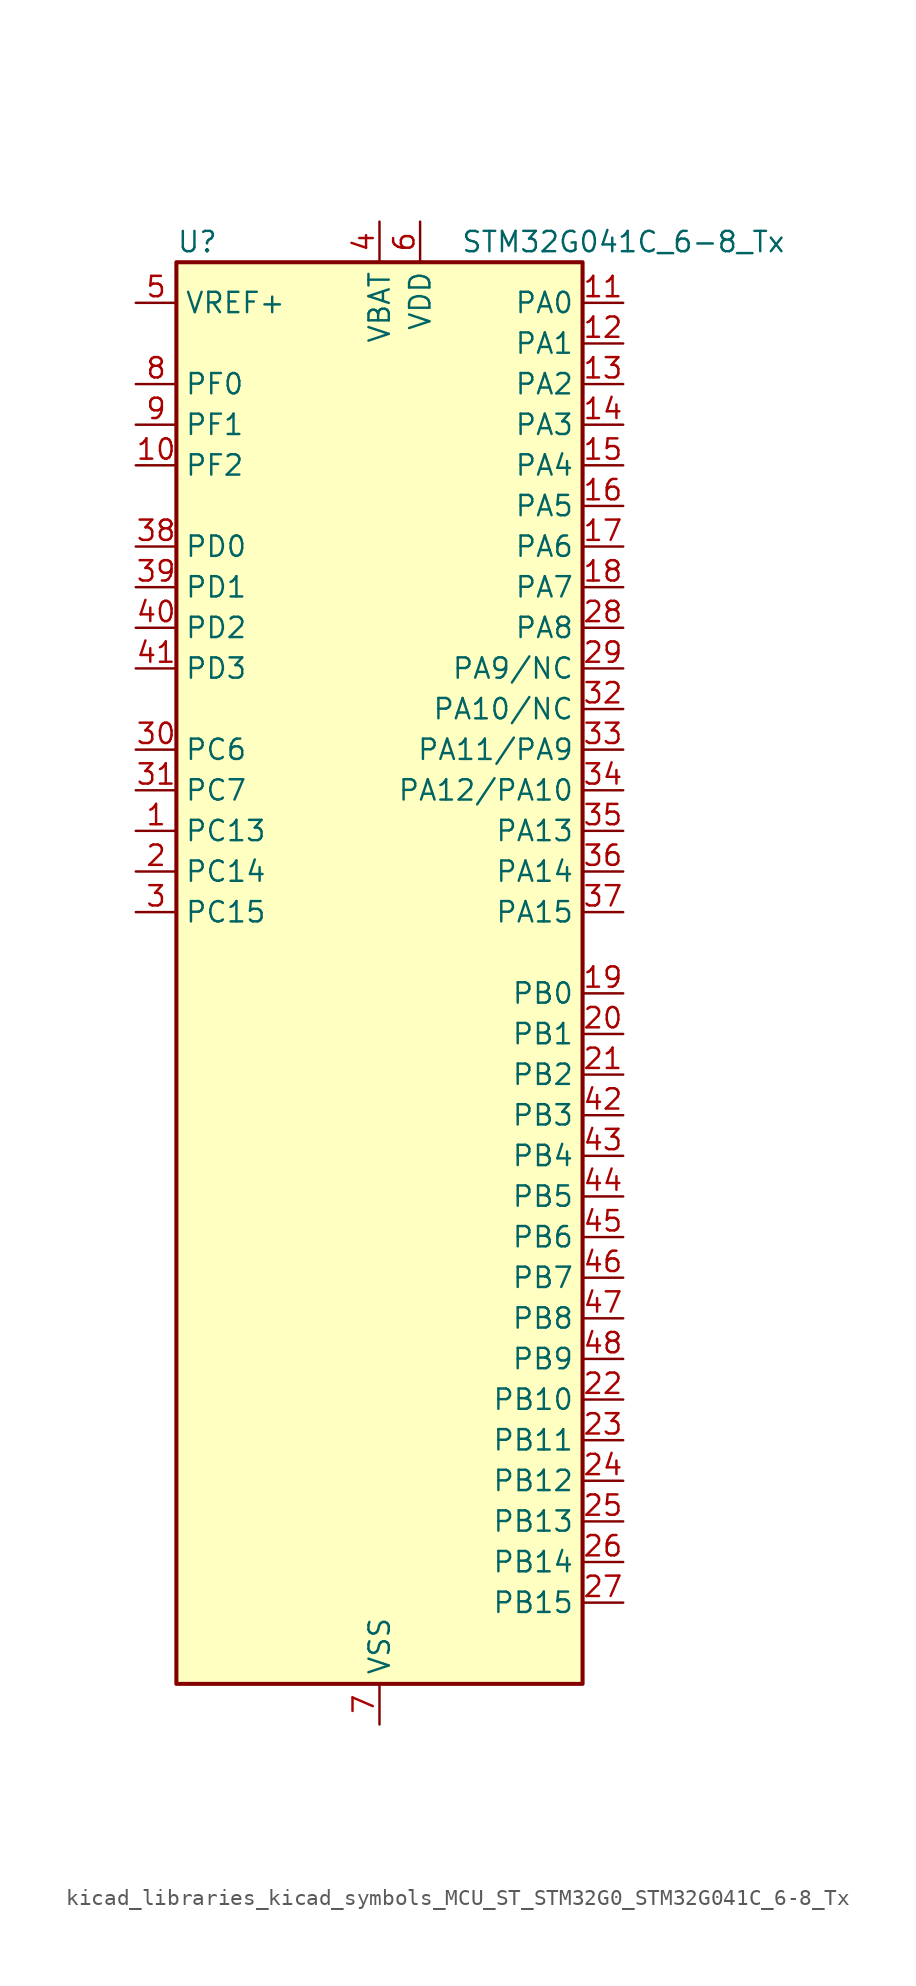
<source format=kicad_sym>
(kicad_symbol_lib
  (version 20220914)
  (generator kicad_symbol_editor)
  (symbol "kicad_libraries_kicad_symbols_MCU_ST_STM32G0_STM32G041C_6-8_Tx"
    (property "Reference" "U"
      (at -12.7 46.99 0)
      (effects (font (size 1.27 1.27)) (justify left)))
    (property "Value" "STM32G041C_6-8_Tx"
      (at 5.08 46.99 0)
      (effects (font (size 1.27 1.27)) (justify left)))
    (property "ki_locked" ""
      (at 0 0 0)
      (effects (font (size 1.27 1.27))))
    (symbol "kicad_libraries_kicad_symbols_MCU_ST_STM32G0_STM32G041C_6-8_Tx_0_1"
      (rectangle (start -12.7 -43.18) (end 12.7 45.72) (stroke (width 0.254) (type default)) (fill (type background))))
    (symbol "kicad_libraries_kicad_symbols_MCU_ST_STM32G0_STM32G041C_6-8_Tx_1_1"
      (pin bidirectional line (at -15.24 10.16 0) (length 2.54) (name "PC13" (effects (font (size 1.27 1.27)))) (number "1" (effects (font (size 1.27 1.27)))) (alternate "RTC_OUT_ALARM" bidirectional line) (alternate "RTC_OUT_CALIB" bidirectional line) (alternate "RTC_TAMP_IN1" bidirectional line) (alternate "RTC_TS" bidirectional line) (alternate "SYS_WKUP2" bidirectional line) (alternate "TIM1_BK" bidirectional line))
      (pin bidirectional line (at -15.24 33.02 0) (length 2.54) (name "PF2" (effects (font (size 1.27 1.27)))) (number "10" (effects (font (size 1.27 1.27)))) (alternate "RCC_MCO" bidirectional line))
      (pin bidirectional line (at 15.24 43.18 180) (length 2.54) (name "PA0" (effects (font (size 1.27 1.27)))) (number "11" (effects (font (size 1.27 1.27)))) (alternate "ADC1_IN0" bidirectional line) (alternate "LPTIM1_OUT" bidirectional line) (alternate "RTC_TAMP_IN2" bidirectional line) (alternate "SPI2_SCK" bidirectional line) (alternate "SYS_WKUP1" bidirectional line) (alternate "TIM2_CH1" bidirectional line) (alternate "TIM2_ETR" bidirectional line) (alternate "USART2_CTS" bidirectional line) (alternate "USART2_NSS" bidirectional line))
      (pin bidirectional line (at 15.24 40.64 180) (length 2.54) (name "PA1" (effects (font (size 1.27 1.27)))) (number "12" (effects (font (size 1.27 1.27)))) (alternate "ADC1_IN1" bidirectional line) (alternate "I2C1_SMBA" bidirectional line) (alternate "I2S1_CK" bidirectional line) (alternate "SPI1_SCK" bidirectional line) (alternate "TIM2_CH2" bidirectional line) (alternate "USART2_CK" bidirectional line) (alternate "USART2_DE" bidirectional line) (alternate "USART2_RTS" bidirectional line))
      (pin bidirectional line (at 15.24 38.1 180) (length 2.54) (name "PA2" (effects (font (size 1.27 1.27)))) (number "13" (effects (font (size 1.27 1.27)))) (alternate "ADC1_IN2" bidirectional line) (alternate "I2S1_SD" bidirectional line) (alternate "LPUART1_TX" bidirectional line) (alternate "RCC_LSCO" bidirectional line) (alternate "SPI1_MOSI" bidirectional line) (alternate "SYS_WKUP4" bidirectional line) (alternate "TIM2_CH3" bidirectional line) (alternate "USART2_TX" bidirectional line))
      (pin bidirectional line (at 15.24 35.56 180) (length 2.54) (name "PA3" (effects (font (size 1.27 1.27)))) (number "14" (effects (font (size 1.27 1.27)))) (alternate "ADC1_IN3" bidirectional line) (alternate "LPUART1_RX" bidirectional line) (alternate "SPI2_MISO" bidirectional line) (alternate "TIM2_CH4" bidirectional line) (alternate "USART2_RX" bidirectional line))
      (pin bidirectional line (at 15.24 33.02 180) (length 2.54) (name "PA4" (effects (font (size 1.27 1.27)))) (number "15" (effects (font (size 1.27 1.27)))) (alternate "ADC1_IN4" bidirectional line) (alternate "I2S1_WS" bidirectional line) (alternate "LPTIM2_OUT" bidirectional line) (alternate "RTC_OUT_ALARM" bidirectional line) (alternate "RTC_OUT_CALIB" bidirectional line) (alternate "SPI1_NSS" bidirectional line) (alternate "SPI2_MOSI" bidirectional line) (alternate "TIM14_CH1" bidirectional line))
      (pin bidirectional line (at 15.24 30.48 180) (length 2.54) (name "PA5" (effects (font (size 1.27 1.27)))) (number "16" (effects (font (size 1.27 1.27)))) (alternate "ADC1_IN5" bidirectional line) (alternate "I2S1_CK" bidirectional line) (alternate "LPTIM2_ETR" bidirectional line) (alternate "SPI1_SCK" bidirectional line) (alternate "TIM2_CH1" bidirectional line) (alternate "TIM2_ETR" bidirectional line))
      (pin bidirectional line (at 15.24 27.94 180) (length 2.54) (name "PA6" (effects (font (size 1.27 1.27)))) (number "17" (effects (font (size 1.27 1.27)))) (alternate "ADC1_IN6" bidirectional line) (alternate "I2S1_MCK" bidirectional line) (alternate "LPUART1_CTS" bidirectional line) (alternate "SPI1_MISO" bidirectional line) (alternate "TIM16_CH1" bidirectional line) (alternate "TIM1_BK" bidirectional line) (alternate "TIM3_CH1" bidirectional line))
      (pin bidirectional line (at 15.24 25.4 180) (length 2.54) (name "PA7" (effects (font (size 1.27 1.27)))) (number "18" (effects (font (size 1.27 1.27)))) (alternate "ADC1_IN7" bidirectional line) (alternate "I2S1_SD" bidirectional line) (alternate "SPI1_MOSI" bidirectional line) (alternate "TIM14_CH1" bidirectional line) (alternate "TIM17_CH1" bidirectional line) (alternate "TIM1_CH1N" bidirectional line) (alternate "TIM3_CH2" bidirectional line))
      (pin bidirectional line (at 15.24 0 180) (length 2.54) (name "PB0" (effects (font (size 1.27 1.27)))) (number "19" (effects (font (size 1.27 1.27)))) (alternate "ADC1_IN8" bidirectional line) (alternate "I2S1_WS" bidirectional line) (alternate "LPTIM1_OUT" bidirectional line) (alternate "SPI1_NSS" bidirectional line) (alternate "TIM1_CH2N" bidirectional line) (alternate "TIM3_CH3" bidirectional line))
      (pin bidirectional line (at -15.24 7.62 0) (length 2.54) (name "PC14" (effects (font (size 1.27 1.27)))) (number "2" (effects (font (size 1.27 1.27)))) (alternate "RCC_OSC32_IN" bidirectional line) (alternate "TIM1_BK2" bidirectional line))
      (pin bidirectional line (at 15.24 -2.54 180) (length 2.54) (name "PB1" (effects (font (size 1.27 1.27)))) (number "20" (effects (font (size 1.27 1.27)))) (alternate "ADC1_IN9" bidirectional line) (alternate "LPTIM2_IN1" bidirectional line) (alternate "LPUART1_DE" bidirectional line) (alternate "LPUART1_RTS" bidirectional line) (alternate "TIM14_CH1" bidirectional line) (alternate "TIM1_CH3N" bidirectional line) (alternate "TIM3_CH4" bidirectional line))
      (pin bidirectional line (at 15.24 -5.08 180) (length 2.54) (name "PB2" (effects (font (size 1.27 1.27)))) (number "21" (effects (font (size 1.27 1.27)))) (alternate "ADC1_IN10" bidirectional line) (alternate "LPTIM1_OUT" bidirectional line) (alternate "SPI2_MISO" bidirectional line))
      (pin bidirectional line (at 15.24 -25.4 180) (length 2.54) (name "PB10" (effects (font (size 1.27 1.27)))) (number "22" (effects (font (size 1.27 1.27)))) (alternate "ADC1_IN11" bidirectional line) (alternate "I2C2_SCL" bidirectional line) (alternate "LPUART1_RX" bidirectional line) (alternate "SPI2_SCK" bidirectional line) (alternate "TIM2_CH3" bidirectional line))
      (pin bidirectional line (at 15.24 -27.94 180) (length 2.54) (name "PB11" (effects (font (size 1.27 1.27)))) (number "23" (effects (font (size 1.27 1.27)))) (alternate "ADC1_EXTI11" bidirectional line) (alternate "ADC1_IN15" bidirectional line) (alternate "I2C2_SDA" bidirectional line) (alternate "LPUART1_TX" bidirectional line) (alternate "SPI2_MOSI" bidirectional line) (alternate "TIM2_CH4" bidirectional line))
      (pin bidirectional line (at 15.24 -30.48 180) (length 2.54) (name "PB12" (effects (font (size 1.27 1.27)))) (number "24" (effects (font (size 1.27 1.27)))) (alternate "ADC1_IN16" bidirectional line) (alternate "LPUART1_DE" bidirectional line) (alternate "LPUART1_RTS" bidirectional line) (alternate "SPI2_NSS" bidirectional line) (alternate "TIM1_BK" bidirectional line))
      (pin bidirectional line (at 15.24 -33.02 180) (length 2.54) (name "PB13" (effects (font (size 1.27 1.27)))) (number "25" (effects (font (size 1.27 1.27)))) (alternate "I2C2_SCL" bidirectional line) (alternate "LPUART1_CTS" bidirectional line) (alternate "SPI2_SCK" bidirectional line) (alternate "TIM1_CH1N" bidirectional line))
      (pin bidirectional line (at 15.24 -35.56 180) (length 2.54) (name "PB14" (effects (font (size 1.27 1.27)))) (number "26" (effects (font (size 1.27 1.27)))) (alternate "I2C2_SDA" bidirectional line) (alternate "SPI2_MISO" bidirectional line) (alternate "TIM1_CH2N" bidirectional line))
      (pin bidirectional line (at 15.24 -38.1 180) (length 2.54) (name "PB15" (effects (font (size 1.27 1.27)))) (number "27" (effects (font (size 1.27 1.27)))) (alternate "RTC_REFIN" bidirectional line) (alternate "SPI2_MOSI" bidirectional line) (alternate "TIM1_CH3N" bidirectional line))
      (pin bidirectional line (at 15.24 22.86 180) (length 2.54) (name "PA8" (effects (font (size 1.27 1.27)))) (number "28" (effects (font (size 1.27 1.27)))) (alternate "LPTIM2_OUT" bidirectional line) (alternate "RCC_MCO" bidirectional line) (alternate "SPI2_NSS" bidirectional line) (alternate "TIM1_CH1" bidirectional line))
      (pin bidirectional line (at 15.24 20.32 180) (length 2.54) (name "PA9/NC" (effects (font (size 1.27 1.27)))) (number "29" (effects (font (size 1.27 1.27)))) (alternate "I2C1_SCL" bidirectional line) (alternate "RCC_MCO" bidirectional line) (alternate "SPI2_MISO" bidirectional line) (alternate "TIM1_CH2" bidirectional line) (alternate "USART1_TX" bidirectional line))
      (pin bidirectional line (at -15.24 5.08 0) (length 2.54) (name "PC15" (effects (font (size 1.27 1.27)))) (number "3" (effects (font (size 1.27 1.27)))) (alternate "RCC_OSC32_EN" bidirectional line) (alternate "RCC_OSC32_OUT" bidirectional line) (alternate "RCC_OSC_EN" bidirectional line))
      (pin bidirectional line (at -15.24 15.24 0) (length 2.54) (name "PC6" (effects (font (size 1.27 1.27)))) (number "30" (effects (font (size 1.27 1.27)))) (alternate "TIM2_CH3" bidirectional line) (alternate "TIM3_CH1" bidirectional line))
      (pin bidirectional line (at -15.24 12.7 0) (length 2.54) (name "PC7" (effects (font (size 1.27 1.27)))) (number "31" (effects (font (size 1.27 1.27)))) (alternate "TIM2_CH4" bidirectional line) (alternate "TIM3_CH2" bidirectional line))
      (pin bidirectional line (at 15.24 17.78 180) (length 2.54) (name "PA10/NC" (effects (font (size 1.27 1.27)))) (number "32" (effects (font (size 1.27 1.27)))) (alternate "I2C1_SDA" bidirectional line) (alternate "SPI2_MOSI" bidirectional line) (alternate "TIM17_BK" bidirectional line) (alternate "TIM1_CH3" bidirectional line) (alternate "USART1_RX" bidirectional line))
      (pin bidirectional line (at 15.24 15.24 180) (length 2.54) (name "PA11/PA9" (effects (font (size 1.27 1.27)))) (number "33" (effects (font (size 1.27 1.27)))) (alternate "ADC1_EXTI11" bidirectional line) (alternate "I2C2_SCL" bidirectional line) (alternate "I2S1_MCK" bidirectional line) (alternate "SPI1_MISO" bidirectional line) (alternate "TIM1_BK2" bidirectional line) (alternate "TIM1_CH4" bidirectional line) (alternate "USART1_CTS" bidirectional line) (alternate "USART1_NSS" bidirectional line))
      (pin bidirectional line (at 15.24 12.7 180) (length 2.54) (name "PA12/PA10" (effects (font (size 1.27 1.27)))) (number "34" (effects (font (size 1.27 1.27)))) (alternate "I2C2_SDA" bidirectional line) (alternate "I2S1_SD" bidirectional line) (alternate "I2S_CKIN" bidirectional line) (alternate "SPI1_MOSI" bidirectional line) (alternate "TIM1_ETR" bidirectional line) (alternate "USART1_CK" bidirectional line) (alternate "USART1_DE" bidirectional line) (alternate "USART1_RTS" bidirectional line))
      (pin bidirectional line (at 15.24 10.16 180) (length 2.54) (name "PA13" (effects (font (size 1.27 1.27)))) (number "35" (effects (font (size 1.27 1.27)))) (alternate "ADC1_IN17" bidirectional line) (alternate "IR_OUT" bidirectional line) (alternate "SYS_SWDIO" bidirectional line))
      (pin bidirectional line (at 15.24 7.62 180) (length 2.54) (name "PA14" (effects (font (size 1.27 1.27)))) (number "36" (effects (font (size 1.27 1.27)))) (alternate "ADC1_IN18" bidirectional line) (alternate "SYS_SWCLK" bidirectional line) (alternate "USART2_TX" bidirectional line))
      (pin bidirectional line (at 15.24 5.08 180) (length 2.54) (name "PA15" (effects (font (size 1.27 1.27)))) (number "37" (effects (font (size 1.27 1.27)))) (alternate "I2S1_WS" bidirectional line) (alternate "SPI1_NSS" bidirectional line) (alternate "TIM2_CH1" bidirectional line) (alternate "TIM2_ETR" bidirectional line) (alternate "USART2_RX" bidirectional line))
      (pin bidirectional line (at -15.24 27.94 0) (length 2.54) (name "PD0" (effects (font (size 1.27 1.27)))) (number "38" (effects (font (size 1.27 1.27)))) (alternate "SPI2_NSS" bidirectional line) (alternate "TIM16_CH1" bidirectional line))
      (pin bidirectional line (at -15.24 25.4 0) (length 2.54) (name "PD1" (effects (font (size 1.27 1.27)))) (number "39" (effects (font (size 1.27 1.27)))) (alternate "SPI2_SCK" bidirectional line) (alternate "TIM17_CH1" bidirectional line))
      (pin power_in line (at 0 48.26 270) (length 2.54) (name "VBAT" (effects (font (size 1.27 1.27)))) (number "4" (effects (font (size 1.27 1.27)))))
      (pin bidirectional line (at -15.24 22.86 0) (length 2.54) (name "PD2" (effects (font (size 1.27 1.27)))) (number "40" (effects (font (size 1.27 1.27)))) (alternate "TIM1_CH1N" bidirectional line) (alternate "TIM3_ETR" bidirectional line))
      (pin bidirectional line (at -15.24 20.32 0) (length 2.54) (name "PD3" (effects (font (size 1.27 1.27)))) (number "41" (effects (font (size 1.27 1.27)))) (alternate "SPI2_MISO" bidirectional line) (alternate "TIM1_CH2N" bidirectional line) (alternate "USART2_CTS" bidirectional line) (alternate "USART2_NSS" bidirectional line))
      (pin bidirectional line (at 15.24 -7.62 180) (length 2.54) (name "PB3" (effects (font (size 1.27 1.27)))) (number "42" (effects (font (size 1.27 1.27)))) (alternate "I2S1_CK" bidirectional line) (alternate "SPI1_SCK" bidirectional line) (alternate "TIM1_CH2" bidirectional line) (alternate "TIM2_CH2" bidirectional line) (alternate "USART1_CK" bidirectional line) (alternate "USART1_DE" bidirectional line) (alternate "USART1_RTS" bidirectional line))
      (pin bidirectional line (at 15.24 -10.16 180) (length 2.54) (name "PB4" (effects (font (size 1.27 1.27)))) (number "43" (effects (font (size 1.27 1.27)))) (alternate "I2S1_MCK" bidirectional line) (alternate "SPI1_MISO" bidirectional line) (alternate "TIM17_BK" bidirectional line) (alternate "TIM3_CH1" bidirectional line) (alternate "USART1_CTS" bidirectional line) (alternate "USART1_NSS" bidirectional line))
      (pin bidirectional line (at 15.24 -12.7 180) (length 2.54) (name "PB5" (effects (font (size 1.27 1.27)))) (number "44" (effects (font (size 1.27 1.27)))) (alternate "I2C1_SMBA" bidirectional line) (alternate "I2S1_SD" bidirectional line) (alternate "LPTIM1_IN1" bidirectional line) (alternate "SPI1_MOSI" bidirectional line) (alternate "SYS_WKUP6" bidirectional line) (alternate "TIM16_BK" bidirectional line) (alternate "TIM3_CH2" bidirectional line))
      (pin bidirectional line (at 15.24 -15.24 180) (length 2.54) (name "PB6" (effects (font (size 1.27 1.27)))) (number "45" (effects (font (size 1.27 1.27)))) (alternate "I2C1_SCL" bidirectional line) (alternate "LPTIM1_ETR" bidirectional line) (alternate "SPI2_MISO" bidirectional line) (alternate "TIM16_CH1N" bidirectional line) (alternate "TIM1_CH3" bidirectional line) (alternate "USART1_TX" bidirectional line))
      (pin bidirectional line (at 15.24 -17.78 180) (length 2.54) (name "PB7" (effects (font (size 1.27 1.27)))) (number "46" (effects (font (size 1.27 1.27)))) (alternate "I2C1_SDA" bidirectional line) (alternate "LPTIM1_IN2" bidirectional line) (alternate "SPI2_MOSI" bidirectional line) (alternate "SYS_PVD_IN" bidirectional line) (alternate "TIM17_CH1N" bidirectional line) (alternate "USART1_RX" bidirectional line))
      (pin bidirectional line (at 15.24 -20.32 180) (length 2.54) (name "PB8" (effects (font (size 1.27 1.27)))) (number "47" (effects (font (size 1.27 1.27)))) (alternate "I2C1_SCL" bidirectional line) (alternate "SPI2_SCK" bidirectional line) (alternate "TIM16_CH1" bidirectional line))
      (pin bidirectional line (at 15.24 -22.86 180) (length 2.54) (name "PB9" (effects (font (size 1.27 1.27)))) (number "48" (effects (font (size 1.27 1.27)))) (alternate "I2C1_SDA" bidirectional line) (alternate "IR_OUT" bidirectional line) (alternate "SPI2_NSS" bidirectional line) (alternate "TIM17_CH1" bidirectional line))
      (pin input line (at -15.24 43.18 0) (length 2.54) (name "VREF+" (effects (font (size 1.27 1.27)))) (number "5" (effects (font (size 1.27 1.27)))) (alternate "VREFBUF_OUT" bidirectional line))
      (pin power_in line (at 2.54 48.26 270) (length 2.54) (name "VDD" (effects (font (size 1.27 1.27)))) (number "6" (effects (font (size 1.27 1.27)))))
      (pin power_in line (at 0 -45.72 90) (length 2.54) (name "VSS" (effects (font (size 1.27 1.27)))) (number "7" (effects (font (size 1.27 1.27)))))
      (pin bidirectional line (at -15.24 38.1 0) (length 2.54) (name "PF0" (effects (font (size 1.27 1.27)))) (number "8" (effects (font (size 1.27 1.27)))) (alternate "RCC_OSC_IN" bidirectional line) (alternate "TIM14_CH1" bidirectional line))
      (pin bidirectional line (at -15.24 35.56 0) (length 2.54) (name "PF1" (effects (font (size 1.27 1.27)))) (number "9" (effects (font (size 1.27 1.27)))) (alternate "RCC_OSC_EN" bidirectional line) (alternate "RCC_OSC_OUT" bidirectional line)))))
</source>
